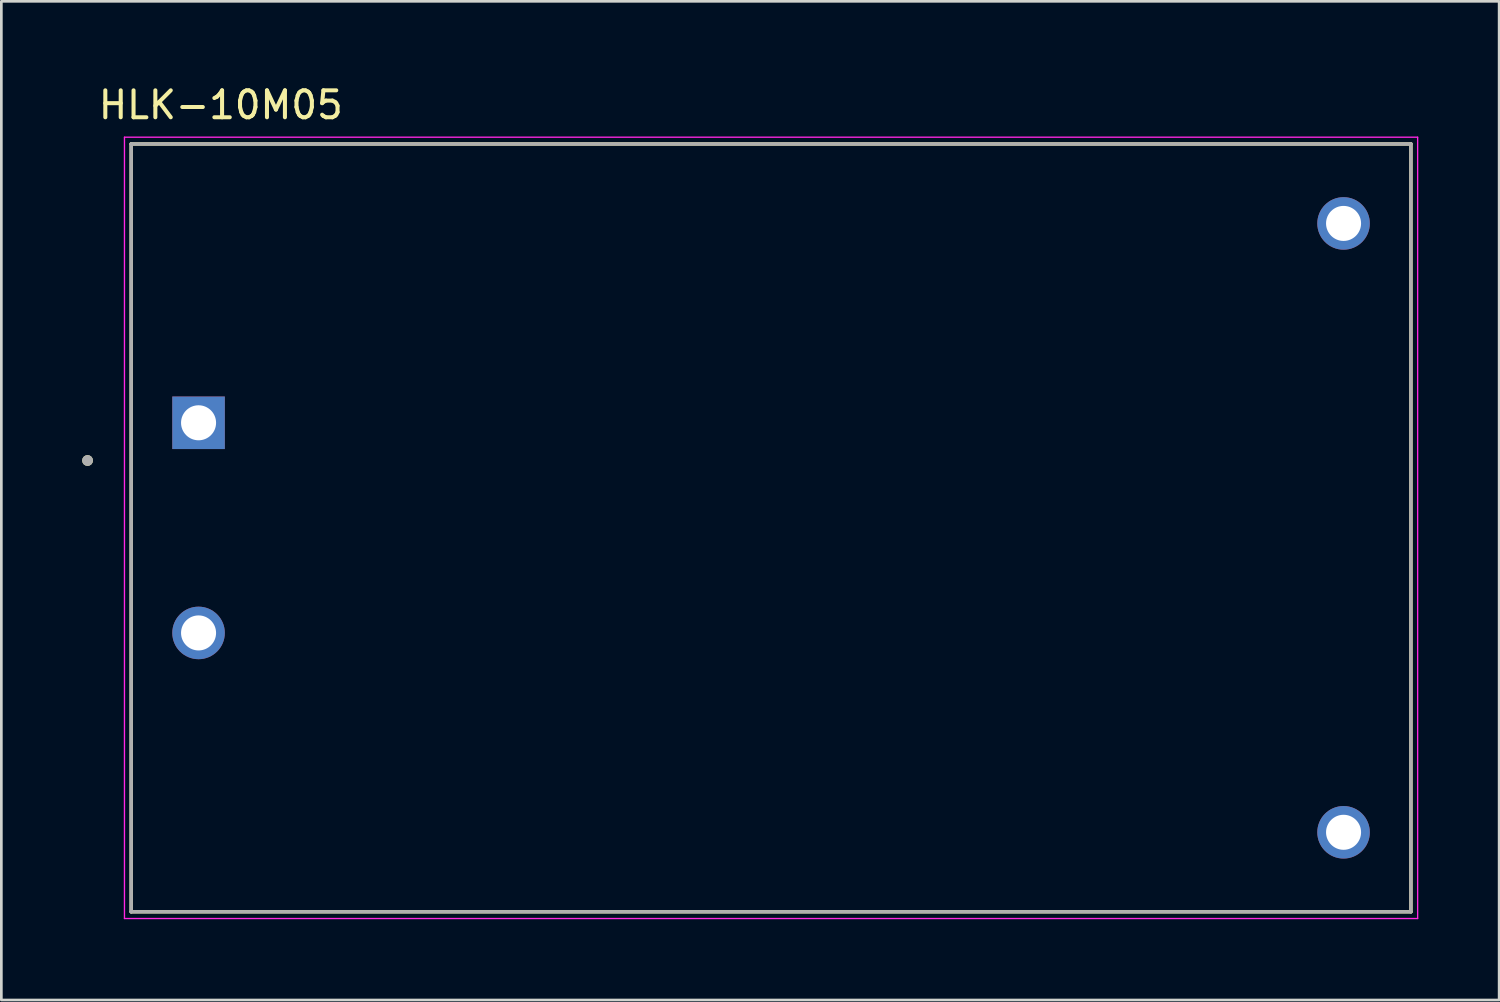
<source format=kicad_pcb>
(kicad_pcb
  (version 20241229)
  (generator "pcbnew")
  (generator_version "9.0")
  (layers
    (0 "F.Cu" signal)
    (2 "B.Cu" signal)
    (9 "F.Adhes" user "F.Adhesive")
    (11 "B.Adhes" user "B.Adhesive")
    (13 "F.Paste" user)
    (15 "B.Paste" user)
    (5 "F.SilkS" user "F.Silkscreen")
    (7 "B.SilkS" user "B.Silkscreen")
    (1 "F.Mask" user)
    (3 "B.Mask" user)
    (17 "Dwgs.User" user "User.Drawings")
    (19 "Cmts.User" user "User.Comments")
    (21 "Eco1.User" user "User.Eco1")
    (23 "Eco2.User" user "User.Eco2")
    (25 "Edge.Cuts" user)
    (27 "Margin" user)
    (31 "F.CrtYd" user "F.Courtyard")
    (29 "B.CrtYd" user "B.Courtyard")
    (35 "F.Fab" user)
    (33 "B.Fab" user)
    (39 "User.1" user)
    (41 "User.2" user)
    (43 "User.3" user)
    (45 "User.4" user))
  (footprint "HLK-10M05"
    (layer "F.Cu")
    (at 25.57 16.543)
    (property "Reference" "HLK-10M05" (at -20.425 -15.695 0) (layer "F.SilkS") (effects (font (size 1 1) (thickness 0.15))))
    (attr through_hole)
    (fp_line (start -23.75 -14.25) (end 23.75 -14.25) (stroke (width 0.127) (type solid)) (layer "F.SilkS"))
    (fp_line (start -23.75 14.25) (end -23.75 -14.25) (stroke (width 0.127) (type solid)) (layer "F.SilkS"))
    (fp_line (start 23.75 -14.25) (end 23.75 14.25) (stroke (width 0.127) (type solid)) (layer "F.SilkS"))
    (fp_line (start 23.75 14.25) (end -23.75 14.25) (stroke (width 0.127) (type solid)) (layer "F.SilkS"))
    (fp_circle (center -25.37 -2.5) (end -25.27 -2.5) (stroke (width 0.2) (type solid)) (fill no) (layer "F.SilkS"))
    (fp_line (start -24 -14.5) (end -24 14.5) (stroke (width 0.05) (type solid)) (layer "F.CrtYd"))
    (fp_line (start -24 14.5) (end 24 14.5) (stroke (width 0.05) (type solid)) (layer "F.CrtYd"))
    (fp_line (start 24 -14.5) (end -24 -14.5) (stroke (width 0.05) (type solid)) (layer "F.CrtYd"))
    (fp_line (start 24 14.5) (end 24 -14.5) (stroke (width 0.05) (type solid)) (layer "F.CrtYd"))
    (fp_line (start -23.75 -14.25) (end 23.75 -14.25) (stroke (width 0.127) (type solid)) (layer "F.Fab"))
    (fp_line (start -23.75 14.25) (end -23.75 -14.25) (stroke (width 0.127) (type solid)) (layer "F.Fab"))
    (fp_line (start 23.75 -14.25) (end 23.75 14.25) (stroke (width 0.127) (type solid)) (layer "F.Fab"))
    (fp_line (start 23.75 14.25) (end -23.75 14.25) (stroke (width 0.127) (type solid)) (layer "F.Fab"))
    (fp_circle (center -25.37 -2.5) (end -25.27 -2.5) (stroke (width 0.2) (type solid)) (fill no) (layer "F.Fab"))
    (pad "1" thru_hole rect (at -21.25 -3.9) (size 1.95 1.95) (drill 1.3) (layers "*.Cu" "*.Mask"))
    (pad "2" thru_hole circle (at -21.25 3.9) (size 1.95 1.95) (drill 1.3) (layers "*.Cu" "*.Mask"))
    (pad "3" thru_hole circle (at 21.25 -11.3) (size 1.95 1.95) (drill 1.3) (layers "*.Cu" "*.Mask"))
    (pad "4" thru_hole circle (at 21.25 11.3) (size 1.95 1.95) (drill 1.3) (layers "*.Cu" "*.Mask")))
  (gr_rect
    (start -3 -3)
    (end 52.595 34.068)
    (stroke (width 0.1) (type default))
    (fill no)
    (layer "Edge.Cuts")))
</source>
